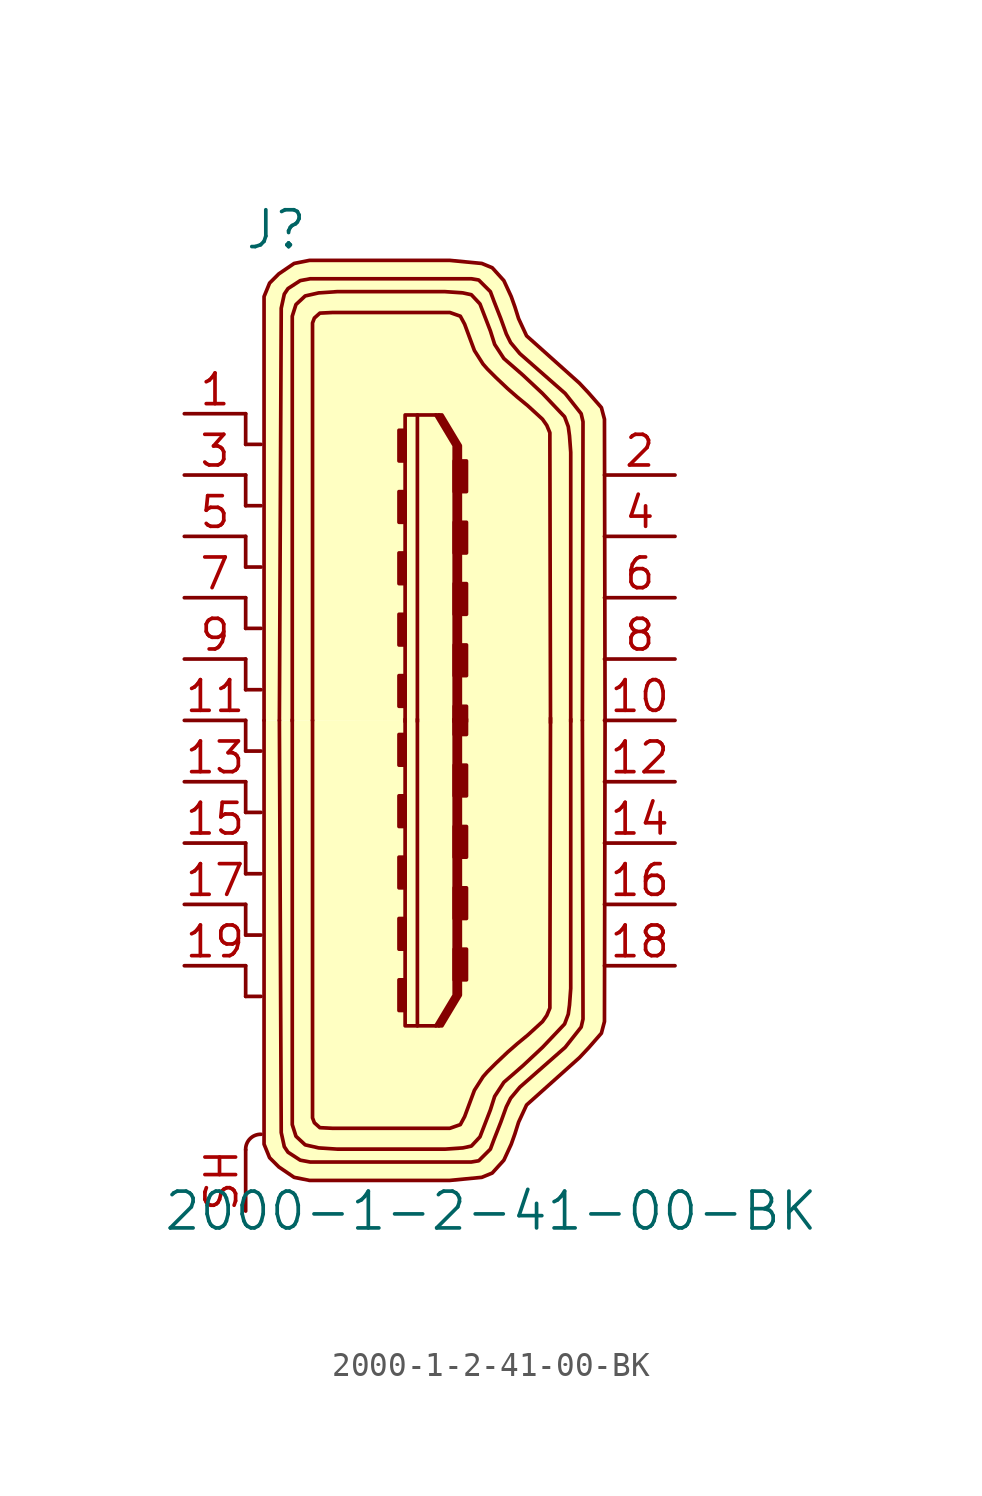
<source format=kicad_sym>
(kicad_symbol_lib
  (version 20231120)
  (generator "kicad_symbol_editor")
  (generator_version "8.0")
  (symbol "2000-1-2-41-00-BK"
    (pin_names
      (offset 1.016))
    (property "Reference" "J"
      (at -6.35 20.32 0)
      (effects (font (size 1.524 1.524))))
    (property "Value" "2000-1-2-41-00-BK"
      (at 2.54 -20.32 0)
      (effects (font (size 1.524 1.524))))
    (symbol "2000-1-2-41-00-BK_0_1"
      (arc (start -6.985 -17.145) (mid -7.4425 -17.3292) (end -7.62 -17.78) (stroke (width 0) (type solid)) (fill (type none)))
      (rectangle (start -1.27 -12.014) (end -1.016 -10.744) (stroke (width 0) (type solid)) (fill (type outline)))
      (rectangle (start -1.27 -9.474) (end -1.016 -8.204) (stroke (width 0) (type solid)) (fill (type outline)))
      (rectangle (start -1.27 -6.934) (end -1.016 -5.664) (stroke (width 0) (type solid)) (fill (type outline)))
      (rectangle (start -1.27 -4.394) (end -1.016 -3.124) (stroke (width 0) (type solid)) (fill (type outline)))
      (rectangle (start -1.27 -1.854) (end -1.016 -0.584) (stroke (width 0) (type solid)) (fill (type outline)))
      (rectangle (start -1.27 1.854) (end -1.016 0.584) (stroke (width 0) (type solid)) (fill (type outline)))
      (rectangle (start -1.27 4.394) (end -1.016 3.124) (stroke (width 0) (type solid)) (fill (type outline)))
      (rectangle (start -1.27 6.934) (end -1.016 5.664) (stroke (width 0) (type solid)) (fill (type outline)))
      (rectangle (start -1.27 9.474) (end -1.016 8.204) (stroke (width 0) (type solid)) (fill (type outline)))
      (rectangle (start -1.27 12.014) (end -1.016 10.744) (stroke (width 0) (type solid)) (fill (type outline)))
      (polyline (pts (xy -7.62 -10.16) (xy -7.62 -11.43)) (stroke (width 0) (type solid)) (fill (type none)))
      (polyline (pts (xy -7.62 -7.62) (xy -7.62 -8.89)) (stroke (width 0) (type solid)) (fill (type none)))
      (polyline (pts (xy -7.62 -5.08) (xy -7.62 -6.35)) (stroke (width 0) (type solid)) (fill (type none)))
      (polyline (pts (xy -7.62 -2.54) (xy -7.62 -3.81)) (stroke (width 0) (type solid)) (fill (type none)))
      (polyline (pts (xy -7.62 0) (xy -7.62 -1.27)) (stroke (width 0) (type solid)) (fill (type none)))
      (polyline (pts (xy -7.62 2.54) (xy -7.62 1.27)) (stroke (width 0) (type solid)) (fill (type none)))
      (polyline (pts (xy -7.62 5.08) (xy -7.62 3.81)) (stroke (width 0) (type solid)) (fill (type none)))
      (polyline (pts (xy -7.62 7.62) (xy -7.62 6.35)) (stroke (width 0) (type solid)) (fill (type none)))
      (polyline (pts (xy -7.62 10.16) (xy -7.62 8.89)) (stroke (width 0) (type solid)) (fill (type none)))
      (polyline (pts (xy -7.62 12.7) (xy -7.62 11.43)) (stroke (width 0) (type solid)) (fill (type none)))
      (polyline (pts (xy -6.985 -11.43) (xy -7.62 -11.43)) (stroke (width 0) (type solid)) (fill (type none)))
      (polyline (pts (xy -6.985 -8.89) (xy -7.62 -8.89)) (stroke (width 0) (type solid)) (fill (type none)))
      (polyline (pts (xy -6.985 -6.35) (xy -7.62 -6.35)) (stroke (width 0) (type solid)) (fill (type none)))
      (polyline (pts (xy -6.985 -3.81) (xy -7.62 -3.81)) (stroke (width 0) (type solid)) (fill (type none)))
      (polyline (pts (xy -6.985 -1.27) (xy -7.62 -1.27)) (stroke (width 0) (type solid)) (fill (type none)))
      (polyline (pts (xy -6.985 1.27) (xy -7.62 1.27)) (stroke (width 0) (type solid)) (fill (type none)))
      (polyline (pts (xy -6.985 3.81) (xy -7.62 3.81)) (stroke (width 0) (type solid)) (fill (type none)))
      (polyline (pts (xy -6.985 6.35) (xy -7.62 6.35)) (stroke (width 0) (type solid)) (fill (type none)))
      (polyline (pts (xy -6.985 8.89) (xy -7.62 8.89)) (stroke (width 0) (type solid)) (fill (type none)))
      (polyline (pts (xy -6.985 11.43) (xy -7.62 11.43)) (stroke (width 0) (type solid)) (fill (type none)))
      (polyline (pts (xy -0.508 -0.051) (xy -0.508 12.649)) (stroke (width 0) (type solid)) (fill (type none)))
      (polyline (pts (xy -0.508 0.051) (xy -0.508 -12.649)) (stroke (width 0) (type solid)) (fill (type none)))
      (polyline (pts (xy 0.381 -12.649) (xy 1.143 -11.379)) (stroke (width 0) (type solid)) (fill (type none)))
      (polyline (pts (xy 0.381 12.649) (xy 1.143 11.379)) (stroke (width 0) (type solid)) (fill (type none)))
      (polyline (pts (xy 1.143 -11.379) (xy 1.143 0.051)) (stroke (width 0) (type solid)) (fill (type none)))
      (polyline (pts (xy 1.143 11.379) (xy 1.143 -0.051)) (stroke (width 0) (type solid)) (fill (type none)))
      (polyline (pts (xy 0.254 -12.649) (xy 1.016 -11.379) (xy 1.016 0.051)) (stroke (width 0) (type solid)) (fill (type none)))
      (polyline (pts (xy 0.254 12.649) (xy 1.016 11.379) (xy 1.016 -0.051)) (stroke (width 0) (type solid)) (fill (type none)))
      (polyline (pts (xy -1.016 -0.051) (xy -1.016 12.649) (xy 0.508 12.649) (xy 1.27 11.379) (xy 1.27 -0.051)) (stroke (width 0) (type solid)) (fill (type none)))
      (polyline (pts (xy -1.016 0.051) (xy -1.016 -12.649) (xy 0.508 -12.649) (xy 1.27 -11.379) (xy 1.27 0.051)) (stroke (width 0) (type solid)) (fill (type none)))
      (polyline (pts (xy -6.223 0) (xy -6.147 -17.069) (xy -6.02 -17.653) (xy -5.867 -17.882) (xy -5.359 -18.212) (xy -4.953 -18.288) (xy -3.607 -18.288) (xy 1.727 -18.288) (xy 2.032 -18.237) (xy 2.21 -18.059) (xy 2.515 -17.755) (xy 2.667 -17.348) (xy 2.946 -16.637) (xy 3.175 -16.002) (xy 3.353 -15.646) (xy 3.734 -15.189) (xy 5.613 -13.538) (xy 6.274 -12.7) (xy 6.35 -12.37) (xy 6.325 0)) (stroke (width 0) (type solid)) (fill (type none)))
      (polyline (pts (xy -6.223 0) (xy -6.147 17.069) (xy -6.02 17.653) (xy -5.867 17.882) (xy -5.359 18.212) (xy -4.953 18.288) (xy -3.607 18.288) (xy 1.727 18.288) (xy 2.032 18.237) (xy 2.21 18.059) (xy 2.515 17.755) (xy 2.667 17.348) (xy 2.946 16.637) (xy 3.175 16.002) (xy 3.353 15.646) (xy 3.734 15.189) (xy 5.613 13.538) (xy 6.274 12.7) (xy 6.35 12.37) (xy 6.325 0)) (stroke (width 0) (type solid)) (fill (type none)))
      (polyline (pts (xy 7.264 -0.025) (xy 7.239 12.471) (xy 7.112 12.954) (xy 6.579 13.564) (xy 6.198 13.97) (xy 4.013 15.926) (xy 3.683 16.637) (xy 3.531 17.12) (xy 3.378 17.551) (xy 3.073 18.212) (xy 2.591 18.745) (xy 2.159 18.923) (xy 0.838 19.05) (xy -4.978 19.05) (xy -5.613 18.923) (xy -6.248 18.491) (xy -6.629 18.11) (xy -6.858 17.551) (xy -6.858 16.231) (xy -6.858 0)) (stroke (width 0) (type solid)) (fill (type background)))
      (polyline (pts (xy 7.264 0.025) (xy 7.239 -12.471) (xy 7.112 -12.954) (xy 6.579 -13.564) (xy 6.198 -13.97) (xy 4.013 -15.926) (xy 3.683 -16.637) (xy 3.531 -17.12) (xy 3.378 -17.551) (xy 3.073 -18.212) (xy 2.591 -18.745) (xy 2.159 -18.923) (xy 0.838 -19.05) (xy -4.978 -19.05) (xy -5.613 -18.923) (xy -6.248 -18.491) (xy -6.629 -18.11) (xy -6.858 -17.551) (xy -6.858 -16.231) (xy -6.858 0)) (stroke (width 0) (type solid)) (fill (type background)))
      (polyline (pts (xy -5.69 -0.025) (xy -5.69 16.739) (xy -5.537 17.221) (xy -5.156 17.577) (xy -4.597 17.704) (xy -3.835 17.755) (xy 0.635 17.755) (xy 1.372 17.704) (xy 1.727 17.628) (xy 2.083 17.247) (xy 2.515 16.129) (xy 2.692 15.57) (xy 3.073 14.986) (xy 3.861 14.3) (xy 4.674 13.538) (xy 5.156 13.03) (xy 5.588 12.573) (xy 5.74 12.167) (xy 5.791 11.786) (xy 5.842 11.1) (xy 5.842 -0.051)) (stroke (width 0) (type solid)) (fill (type none)))
      (polyline (pts (xy -5.69 0.025) (xy -5.69 -16.739) (xy -5.537 -17.221) (xy -5.156 -17.577) (xy -4.597 -17.704) (xy -3.835 -17.755) (xy 0.635 -17.755) (xy 1.372 -17.704) (xy 1.727 -17.628) (xy 2.083 -17.247) (xy 2.515 -16.129) (xy 2.692 -15.57) (xy 3.073 -14.986) (xy 3.861 -14.3) (xy 4.674 -13.538) (xy 5.156 -13.03) (xy 5.588 -12.573) (xy 5.74 -12.167) (xy 5.791 -11.786) (xy 5.842 -11.1) (xy 5.842 0.051)) (stroke (width 0) (type solid)) (fill (type none)))
      (polyline (pts (xy -4.851 0) (xy -4.851 -16.459) (xy -4.775 -16.662) (xy -4.547 -16.866) (xy -4.039 -16.891) (xy 0.838 -16.891) (xy 1.27 -16.739) (xy 1.448 -16.408) (xy 1.702 -15.723) (xy 1.854 -15.316) (xy 2.21 -14.757) (xy 2.388 -14.554) (xy 2.591 -14.351) (xy 2.743 -14.199) (xy 3.226 -13.741) (xy 3.632 -13.386) (xy 4.064 -13.03) (xy 4.369 -12.751) (xy 4.674 -12.471) (xy 4.851 -12.217) (xy 4.978 -11.913) (xy 4.978 -11.532) (xy 5.004 0.102)) (stroke (width 0) (type solid)) (fill (type none)))
      (polyline (pts (xy -4.851 0) (xy -4.851 16.459) (xy -4.775 16.662) (xy -4.547 16.866) (xy -4.039 16.891) (xy 0.838 16.891) (xy 1.27 16.739) (xy 1.448 16.408) (xy 1.702 15.723) (xy 1.854 15.316) (xy 2.21 14.757) (xy 2.388 14.554) (xy 2.591 14.351) (xy 2.743 14.199) (xy 3.226 13.741) (xy 3.632 13.386) (xy 4.064 13.03) (xy 4.369 12.751) (xy 4.674 12.471) (xy 4.851 12.217) (xy 4.978 11.913) (xy 4.978 11.532) (xy 5.004 -0.102)) (stroke (width 0) (type solid)) (fill (type none)))
      (rectangle (start 1.016 -10.744) (end 1.524 -9.474) (stroke (width 0) (type solid)) (fill (type outline)))
      (rectangle (start 1.016 -8.204) (end 1.524 -6.934) (stroke (width 0) (type solid)) (fill (type outline)))
      (rectangle (start 1.016 -5.664) (end 1.524 -4.394) (stroke (width 0) (type solid)) (fill (type outline)))
      (rectangle (start 1.016 -3.124) (end 1.524 -1.854) (stroke (width 0) (type solid)) (fill (type outline)))
      (rectangle (start 1.016 -0.584) (end 1.524 0.051) (stroke (width 0) (type solid)) (fill (type outline)))
      (rectangle (start 1.016 0.584) (end 1.524 -0.051) (stroke (width 0) (type solid)) (fill (type outline)))
      (rectangle (start 1.016 3.124) (end 1.524 1.854) (stroke (width 0) (type solid)) (fill (type outline)))
      (rectangle (start 1.016 5.664) (end 1.524 4.394) (stroke (width 0) (type solid)) (fill (type outline)))
      (rectangle (start 1.016 8.204) (end 1.524 6.934) (stroke (width 0) (type solid)) (fill (type outline)))
      (rectangle (start 1.016 10.744) (end 1.524 9.474) (stroke (width 0) (type solid)) (fill (type outline))))
    (symbol "2000-1-2-41-00-BK_1_1"
      (pin passive line (at -10.16 12.7 0) (length 2.54) (name "~" (effects (font (size 1.27 1.27)))) (number "1" (effects (font (size 1.27 1.27)))))
      (pin passive line (at 10.16 0 180) (length 2.921) (name "~" (effects (font (size 1.27 1.27)))) (number "10" (effects (font (size 1.27 1.27)))))
      (pin passive line (at -10.16 0 0) (length 2.54) (name "~" (effects (font (size 1.27 1.27)))) (number "11" (effects (font (size 1.27 1.27)))))
      (pin passive line (at 10.16 -2.54 180) (length 2.921) (name "~" (effects (font (size 1.27 1.27)))) (number "12" (effects (font (size 1.27 1.27)))))
      (pin passive line (at -10.16 -2.54 0) (length 2.54) (name "~" (effects (font (size 1.27 1.27)))) (number "13" (effects (font (size 1.27 1.27)))))
      (pin passive line (at 10.16 -5.08 180) (length 2.921) (name "~" (effects (font (size 1.27 1.27)))) (number "14" (effects (font (size 1.27 1.27)))))
      (pin passive line (at -10.16 -5.08 0) (length 2.54) (name "~" (effects (font (size 1.27 1.27)))) (number "15" (effects (font (size 1.27 1.27)))))
      (pin passive line (at 10.16 -7.62 180) (length 2.921) (name "~" (effects (font (size 1.27 1.27)))) (number "16" (effects (font (size 1.27 1.27)))))
      (pin passive line (at -10.16 -7.62 0) (length 2.54) (name "~" (effects (font (size 1.27 1.27)))) (number "17" (effects (font (size 1.27 1.27)))))
      (pin passive line (at 10.16 -10.16 180) (length 2.921) (name "~" (effects (font (size 1.27 1.27)))) (number "18" (effects (font (size 1.27 1.27)))))
      (pin passive line (at -10.16 -10.16 0) (length 2.54) (name "~" (effects (font (size 1.27 1.27)))) (number "19" (effects (font (size 1.27 1.27)))))
      (pin passive line (at 10.16 10.16 180) (length 2.921) (name "~" (effects (font (size 1.27 1.27)))) (number "2" (effects (font (size 1.27 1.27)))))
      (pin passive line (at -10.16 10.16 0) (length 2.54) (name "~" (effects (font (size 1.27 1.27)))) (number "3" (effects (font (size 1.27 1.27)))))
      (pin passive line (at 10.16 7.62 180) (length 2.921) (name "~" (effects (font (size 1.27 1.27)))) (number "4" (effects (font (size 1.27 1.27)))))
      (pin passive line (at -10.16 7.62 0) (length 2.54) (name "~" (effects (font (size 1.27 1.27)))) (number "5" (effects (font (size 1.27 1.27)))))
      (pin passive line (at 10.16 5.08 180) (length 2.921) (name "~" (effects (font (size 1.27 1.27)))) (number "6" (effects (font (size 1.27 1.27)))))
      (pin passive line (at -10.16 5.08 0) (length 2.54) (name "~" (effects (font (size 1.27 1.27)))) (number "7" (effects (font (size 1.27 1.27)))))
      (pin passive line (at 10.16 2.54 180) (length 2.921) (name "~" (effects (font (size 1.27 1.27)))) (number "8" (effects (font (size 1.27 1.27)))))
      (pin passive line (at -10.16 2.54 0) (length 2.54) (name "~" (effects (font (size 1.27 1.27)))) (number "9" (effects (font (size 1.27 1.27)))))
      (pin passive line (at -7.62 -20.32 90) (length 2.54) (name "~" (effects (font (size 1.27 1.27)))) (number "SH" (effects (font (size 1.27 1.27))))))))
</source>
